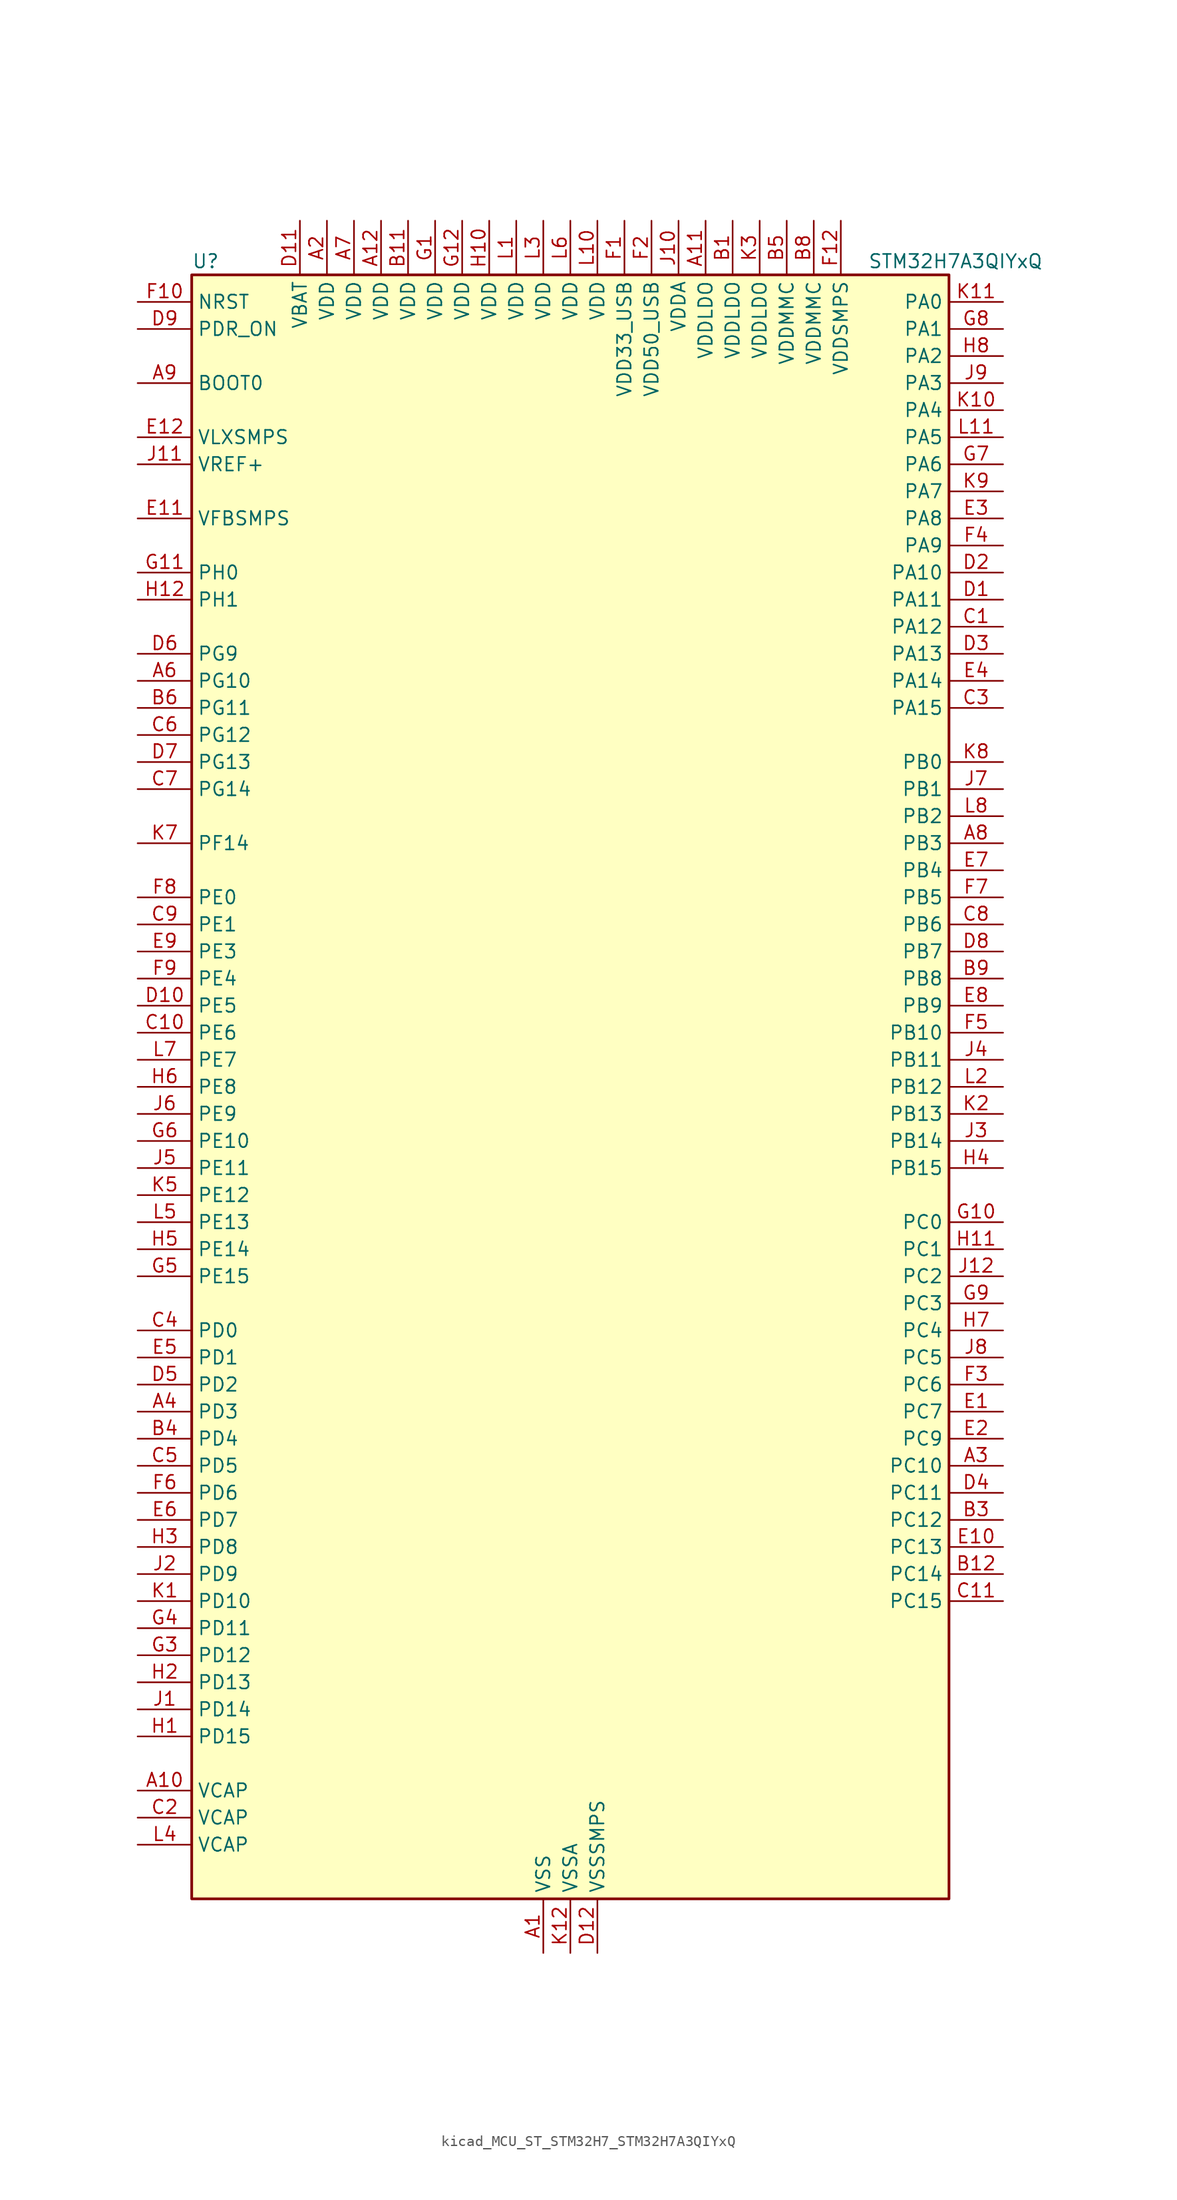
<source format=kicad_sym>
(kicad_symbol_lib
  (version 20220914)
  (generator kicad_symbol_editor)
  (symbol "kicad_MCU_ST_STM32H7_STM32H7A3QIYxQ"
    (property "Reference" "U"
      (at -35.56 77.47 0)
      (effects (font (size 1.27 1.27)) (justify left)))
    (property "Value" "STM32H7A3QIYxQ"
      (at 27.94 77.47 0)
      (effects (font (size 1.27 1.27)) (justify left)))
    (property "ki_locked" ""
      (at 0 0 0)
      (effects (font (size 1.27 1.27))))
    (symbol "kicad_MCU_ST_STM32H7_STM32H7A3QIYxQ_0_1"
      (rectangle (start -35.56 -76.2) (end 35.56 76.2) (stroke (width 0.254) (type default)) (fill (type background))))
    (symbol "kicad_MCU_ST_STM32H7_STM32H7A3QIYxQ_1_1"
      (pin power_in line (at -2.54 -81.28 90) (length 5.08) (name "VSS" (effects (font (size 1.27 1.27)))) (number "A1" (effects (font (size 1.27 1.27)))))
      (pin power_out line (at -40.64 -66.04 0) (length 5.08) (name "VCAP" (effects (font (size 1.27 1.27)))) (number "A10" (effects (font (size 1.27 1.27)))))
      (pin power_in line (at 12.7 81.28 270) (length 5.08) (name "VDDLDO" (effects (font (size 1.27 1.27)))) (number "A11" (effects (font (size 1.27 1.27)))))
      (pin power_in line (at -17.78 81.28 270) (length 5.08) (name "VDD" (effects (font (size 1.27 1.27)))) (number "A12" (effects (font (size 1.27 1.27)))))
      (pin power_in line (at -22.86 81.28 270) (length 5.08) (name "VDD" (effects (font (size 1.27 1.27)))) (number "A2" (effects (font (size 1.27 1.27)))))
      (pin bidirectional line (at 40.64 -35.56 180) (length 5.08) (name "PC10" (effects (font (size 1.27 1.27)))) (number "A3" (effects (font (size 1.27 1.27)))) (alternate "DCMI_D8" bidirectional line) (alternate "DFSDM1_CKIN5" bidirectional line) (alternate "DFSDM2_CKIN0" bidirectional line) (alternate "I2S3_CK" bidirectional line) (alternate "LTDC_B1" bidirectional line) (alternate "LTDC_R2" bidirectional line) (alternate "OCTOSPIM_P1_IO1" bidirectional line) (alternate "PSSI_D8" bidirectional line) (alternate "SDMMC1_D2" bidirectional line) (alternate "SPI3_SCK" bidirectional line) (alternate "SWPMI1_RX" bidirectional line) (alternate "UART4_TX" bidirectional line) (alternate "USART3_TX" bidirectional line))
      (pin bidirectional line (at -40.64 -30.48 0) (length 5.08) (name "PD3" (effects (font (size 1.27 1.27)))) (number "A4" (effects (font (size 1.27 1.27)))) (alternate "DCMI_D5" bidirectional line) (alternate "DFSDM1_CKOUT" bidirectional line) (alternate "FMC_CLK" bidirectional line) (alternate "I2S2_CK" bidirectional line) (alternate "LTDC_G7" bidirectional line) (alternate "PSSI_D5" bidirectional line) (alternate "SPI2_SCK" bidirectional line) (alternate "USART2_CTS" bidirectional line) (alternate "USART2_NSS" bidirectional line))
      (pin passive line (at -2.54 -81.28 90) (length 5.08) hide (name "VSS" (effects (font (size 1.27 1.27)))) (number "A5" (effects (font (size 1.27 1.27)))))
      (pin bidirectional line (at -40.64 38.1 0) (length 5.08) (name "PG10" (effects (font (size 1.27 1.27)))) (number "A6" (effects (font (size 1.27 1.27)))) (alternate "DCMI_D2" bidirectional line) (alternate "FMC_NE3" bidirectional line) (alternate "I2S1_WS" bidirectional line) (alternate "LTDC_B2" bidirectional line) (alternate "LTDC_G3" bidirectional line) (alternate "OCTOSPIM_P2_IO6" bidirectional line) (alternate "PSSI_D2" bidirectional line) (alternate "SAI2_SD_B" bidirectional line) (alternate "SDMMC2_D1" bidirectional line) (alternate "SPI1_NSS" bidirectional line))
      (pin power_in line (at -20.32 81.28 270) (length 5.08) (name "VDD" (effects (font (size 1.27 1.27)))) (number "A7" (effects (font (size 1.27 1.27)))))
      (pin bidirectional line (at 40.64 22.86 180) (length 5.08) (name "PB3" (effects (font (size 1.27 1.27)))) (number "A8" (effects (font (size 1.27 1.27)))) (alternate "CRS_SYNC" bidirectional line) (alternate "DEBUG_JTDO-SWO" bidirectional line) (alternate "I2S1_CK" bidirectional line) (alternate "I2S3_CK" bidirectional line) (alternate "I2S6_CK" bidirectional line) (alternate "SDMMC2_D2" bidirectional line) (alternate "SPI1_SCK" bidirectional line) (alternate "SPI3_SCK" bidirectional line) (alternate "SPI6_SCK" bidirectional line) (alternate "TIM2_CH2" bidirectional line) (alternate "UART7_RX" bidirectional line))
      (pin input line (at -40.64 66.04 0) (length 5.08) (name "BOOT0" (effects (font (size 1.27 1.27)))) (number "A9" (effects (font (size 1.27 1.27)))))
      (pin power_in line (at 15.24 81.28 270) (length 5.08) (name "VDDLDO" (effects (font (size 1.27 1.27)))) (number "B1" (effects (font (size 1.27 1.27)))))
      (pin passive line (at -2.54 -81.28 90) (length 5.08) hide (name "VSS" (effects (font (size 1.27 1.27)))) (number "B10" (effects (font (size 1.27 1.27)))))
      (pin power_in line (at -15.24 81.28 270) (length 5.08) (name "VDD" (effects (font (size 1.27 1.27)))) (number "B11" (effects (font (size 1.27 1.27)))))
      (pin bidirectional line (at 40.64 -45.72 180) (length 5.08) (name "PC14" (effects (font (size 1.27 1.27)))) (number "B12" (effects (font (size 1.27 1.27)))) (alternate "RCC_OSC32_IN" bidirectional line))
      (pin passive line (at -2.54 -81.28 90) (length 5.08) hide (name "VSS" (effects (font (size 1.27 1.27)))) (number "B2" (effects (font (size 1.27 1.27)))))
      (pin bidirectional line (at 40.64 -40.64 180) (length 5.08) (name "PC12" (effects (font (size 1.27 1.27)))) (number "B3" (effects (font (size 1.27 1.27)))) (alternate "DCMI_D9" bidirectional line) (alternate "DEBUG_TRACED3" bidirectional line) (alternate "DFSDM2_CKOUT" bidirectional line) (alternate "I2S3_SDO" bidirectional line) (alternate "I2S6_CK" bidirectional line) (alternate "LTDC_R6" bidirectional line) (alternate "PSSI_D9" bidirectional line) (alternate "SDMMC1_CK" bidirectional line) (alternate "SPI3_MOSI" bidirectional line) (alternate "SPI6_SCK" bidirectional line) (alternate "TIM15_CH1" bidirectional line) (alternate "UART5_TX" bidirectional line) (alternate "USART3_CK" bidirectional line))
      (pin bidirectional line (at -40.64 -33.02 0) (length 5.08) (name "PD4" (effects (font (size 1.27 1.27)))) (number "B4" (effects (font (size 1.27 1.27)))) (alternate "FMC_NOE" bidirectional line) (alternate "OCTOSPIM_P1_IO4" bidirectional line) (alternate "USART2_DE" bidirectional line) (alternate "USART2_RTS" bidirectional line))
      (pin power_in line (at 20.32 81.28 270) (length 5.08) (name "VDDMMC" (effects (font (size 1.27 1.27)))) (number "B5" (effects (font (size 1.27 1.27)))))
      (pin bidirectional line (at -40.64 35.56 0) (length 5.08) (name "PG11" (effects (font (size 1.27 1.27)))) (number "B6" (effects (font (size 1.27 1.27)))) (alternate "ADC1_EXTI11" bidirectional line) (alternate "ADC2_EXTI11" bidirectional line) (alternate "DCMI_D3" bidirectional line) (alternate "I2S1_CK" bidirectional line) (alternate "LPTIM1_IN2" bidirectional line) (alternate "LTDC_B3" bidirectional line) (alternate "OCTOSPIM_P2_IO7" bidirectional line) (alternate "PSSI_D3" bidirectional line) (alternate "SDMMC2_D2" bidirectional line) (alternate "SPDIFRX_IN0" bidirectional line) (alternate "SPI1_SCK" bidirectional line) (alternate "USART10_RX" bidirectional line))
      (pin passive line (at -2.54 -81.28 90) (length 5.08) hide (name "VSS" (effects (font (size 1.27 1.27)))) (number "B7" (effects (font (size 1.27 1.27)))))
      (pin power_in line (at 22.86 81.28 270) (length 5.08) (name "VDDMMC" (effects (font (size 1.27 1.27)))) (number "B8" (effects (font (size 1.27 1.27)))))
      (pin bidirectional line (at 40.64 10.16 180) (length 5.08) (name "PB8" (effects (font (size 1.27 1.27)))) (number "B9" (effects (font (size 1.27 1.27)))) (alternate "DCMI_D6" bidirectional line) (alternate "DFSDM1_CKIN7" bidirectional line) (alternate "FDCAN1_RX" bidirectional line) (alternate "I2C1_SCL" bidirectional line) (alternate "I2C4_SCL" bidirectional line) (alternate "LTDC_B6" bidirectional line) (alternate "PSSI_D6" bidirectional line) (alternate "SDMMC1_CKIN" bidirectional line) (alternate "SDMMC1_D4" bidirectional line) (alternate "SDMMC2_D4" bidirectional line) (alternate "TIM16_CH1" bidirectional line) (alternate "TIM4_CH3" bidirectional line) (alternate "UART4_RX" bidirectional line))
      (pin bidirectional line (at 40.64 43.18 180) (length 5.08) (name "PA12" (effects (font (size 1.27 1.27)))) (number "C1" (effects (font (size 1.27 1.27)))) (alternate "FDCAN1_TX" bidirectional line) (alternate "I2S2_CK" bidirectional line) (alternate "LPUART1_DE" bidirectional line) (alternate "LPUART1_RTS" bidirectional line) (alternate "LTDC_R5" bidirectional line) (alternate "SAI2_FS_B" bidirectional line) (alternate "SPI2_SCK" bidirectional line) (alternate "TIM1_ETR" bidirectional line) (alternate "UART4_TX" bidirectional line) (alternate "USART1_DE" bidirectional line) (alternate "USART1_RTS" bidirectional line) (alternate "USB_OTG_HS_DP" bidirectional line))
      (pin bidirectional line (at -40.64 5.08 0) (length 5.08) (name "PE6" (effects (font (size 1.27 1.27)))) (number "C10" (effects (font (size 1.27 1.27)))) (alternate "DCMI_D7" bidirectional line) (alternate "DEBUG_TRACED3" bidirectional line) (alternate "FMC_A22" bidirectional line) (alternate "LTDC_G1" bidirectional line) (alternate "PSSI_D7" bidirectional line) (alternate "SAI1_D1" bidirectional line) (alternate "SAI1_SD_A" bidirectional line) (alternate "SAI2_MCLK_B" bidirectional line) (alternate "SPI4_MOSI" bidirectional line) (alternate "TIM15_CH2" bidirectional line) (alternate "TIM1_BKIN2" bidirectional line) (alternate "TIM1_BKIN2_COMP1" bidirectional line) (alternate "TIM1_BKIN2_COMP2" bidirectional line))
      (pin bidirectional line (at 40.64 -48.26 180) (length 5.08) (name "PC15" (effects (font (size 1.27 1.27)))) (number "C11" (effects (font (size 1.27 1.27)))) (alternate "ADC1_EXTI15" bidirectional line) (alternate "ADC2_EXTI15" bidirectional line) (alternate "RCC_OSC32_OUT" bidirectional line))
      (pin passive line (at -2.54 -81.28 90) (length 5.08) hide (name "VSS" (effects (font (size 1.27 1.27)))) (number "C12" (effects (font (size 1.27 1.27)))))
      (pin power_out line (at -40.64 -68.58 0) (length 5.08) (name "VCAP" (effects (font (size 1.27 1.27)))) (number "C2" (effects (font (size 1.27 1.27)))))
      (pin bidirectional line (at 40.64 35.56 180) (length 5.08) (name "PA15" (effects (font (size 1.27 1.27)))) (number "C3" (effects (font (size 1.27 1.27)))) (alternate "ADC1_EXTI15" bidirectional line) (alternate "ADC2_EXTI15" bidirectional line) (alternate "CEC" bidirectional line) (alternate "DEBUG_JTDI" bidirectional line) (alternate "I2S1_WS" bidirectional line) (alternate "I2S3_WS" bidirectional line) (alternate "I2S6_WS" bidirectional line) (alternate "LTDC_B6" bidirectional line) (alternate "LTDC_R3" bidirectional line) (alternate "SPI1_NSS" bidirectional line) (alternate "SPI3_NSS" bidirectional line) (alternate "SPI6_NSS" bidirectional line) (alternate "TIM2_CH1" bidirectional line) (alternate "TIM2_ETR" bidirectional line) (alternate "UART4_DE" bidirectional line) (alternate "UART4_RTS" bidirectional line) (alternate "UART7_TX" bidirectional line))
      (pin bidirectional line (at -40.64 -22.86 0) (length 5.08) (name "PD0" (effects (font (size 1.27 1.27)))) (number "C4" (effects (font (size 1.27 1.27)))) (alternate "DFSDM1_CKIN6" bidirectional line) (alternate "FDCAN1_RX" bidirectional line) (alternate "FMC_D2" bidirectional line) (alternate "FMC_DA2" bidirectional line) (alternate "LTDC_B1" bidirectional line) (alternate "UART4_RX" bidirectional line) (alternate "UART9_CTS" bidirectional line))
      (pin bidirectional line (at -40.64 -35.56 0) (length 5.08) (name "PD5" (effects (font (size 1.27 1.27)))) (number "C5" (effects (font (size 1.27 1.27)))) (alternate "FMC_NWE" bidirectional line) (alternate "OCTOSPIM_P1_IO5" bidirectional line) (alternate "USART2_TX" bidirectional line))
      (pin bidirectional line (at -40.64 33.02 0) (length 5.08) (name "PG12" (effects (font (size 1.27 1.27)))) (number "C6" (effects (font (size 1.27 1.27)))) (alternate "FMC_NE4" bidirectional line) (alternate "I2S6_SDI" bidirectional line) (alternate "LPTIM1_IN1" bidirectional line) (alternate "LTDC_B1" bidirectional line) (alternate "LTDC_B4" bidirectional line) (alternate "OCTOSPIM_P2_NCS" bidirectional line) (alternate "SDMMC2_D3" bidirectional line) (alternate "SPDIFRX_IN1" bidirectional line) (alternate "SPI6_MISO" bidirectional line) (alternate "USART10_TX" bidirectional line) (alternate "USART6_DE" bidirectional line) (alternate "USART6_RTS" bidirectional line))
      (pin bidirectional line (at -40.64 27.94 0) (length 5.08) (name "PG14" (effects (font (size 1.27 1.27)))) (number "C7" (effects (font (size 1.27 1.27)))) (alternate "DEBUG_TRACED1" bidirectional line) (alternate "FMC_A25" bidirectional line) (alternate "I2S6_SDO" bidirectional line) (alternate "LPTIM1_ETR" bidirectional line) (alternate "LTDC_B0" bidirectional line) (alternate "OCTOSPIM_P1_IO7" bidirectional line) (alternate "SDMMC2_D7" bidirectional line) (alternate "SPI6_MOSI" bidirectional line) (alternate "USART10_DE" bidirectional line) (alternate "USART10_RTS" bidirectional line) (alternate "USART6_TX" bidirectional line))
      (pin bidirectional line (at 40.64 15.24 180) (length 5.08) (name "PB6" (effects (font (size 1.27 1.27)))) (number "C8" (effects (font (size 1.27 1.27)))) (alternate "CEC" bidirectional line) (alternate "DCMI_D5" bidirectional line) (alternate "DFSDM1_DATIN5" bidirectional line) (alternate "FDCAN2_TX" bidirectional line) (alternate "FMC_SDNE1" bidirectional line) (alternate "I2C1_SCL" bidirectional line) (alternate "I2C4_SCL" bidirectional line) (alternate "LPUART1_TX" bidirectional line) (alternate "OCTOSPIM_P1_NCS" bidirectional line) (alternate "PSSI_D5" bidirectional line) (alternate "TIM16_CH1N" bidirectional line) (alternate "TIM4_CH1" bidirectional line) (alternate "UART5_TX" bidirectional line) (alternate "USART1_TX" bidirectional line))
      (pin bidirectional line (at -40.64 15.24 0) (length 5.08) (name "PE1" (effects (font (size 1.27 1.27)))) (number "C9" (effects (font (size 1.27 1.27)))) (alternate "DCMI_D3" bidirectional line) (alternate "FMC_NBL1" bidirectional line) (alternate "LPTIM1_IN2" bidirectional line) (alternate "LTDC_R6" bidirectional line) (alternate "PSSI_D3" bidirectional line) (alternate "UART8_TX" bidirectional line))
      (pin bidirectional line (at 40.64 45.72 180) (length 5.08) (name "PA11" (effects (font (size 1.27 1.27)))) (number "D1" (effects (font (size 1.27 1.27)))) (alternate "ADC1_EXTI11" bidirectional line) (alternate "ADC2_EXTI11" bidirectional line) (alternate "FDCAN1_RX" bidirectional line) (alternate "I2S2_WS" bidirectional line) (alternate "LPUART1_CTS" bidirectional line) (alternate "LTDC_R4" bidirectional line) (alternate "SPI2_NSS" bidirectional line) (alternate "TIM1_CH4" bidirectional line) (alternate "UART4_RX" bidirectional line) (alternate "USART1_CTS" bidirectional line) (alternate "USART1_NSS" bidirectional line) (alternate "USB_OTG_HS_DM" bidirectional line))
      (pin bidirectional line (at -40.64 7.62 0) (length 5.08) (name "PE5" (effects (font (size 1.27 1.27)))) (number "D10" (effects (font (size 1.27 1.27)))) (alternate "DCMI_D6" bidirectional line) (alternate "DEBUG_TRACED2" bidirectional line) (alternate "DFSDM1_CKIN3" bidirectional line) (alternate "FMC_A21" bidirectional line) (alternate "LTDC_G0" bidirectional line) (alternate "PSSI_D6" bidirectional line) (alternate "SAI1_CK2" bidirectional line) (alternate "SAI1_SCK_A" bidirectional line) (alternate "SPI4_MISO" bidirectional line) (alternate "TIM15_CH1" bidirectional line))
      (pin power_in line (at -25.4 81.28 270) (length 5.08) (name "VBAT" (effects (font (size 1.27 1.27)))) (number "D11" (effects (font (size 1.27 1.27)))))
      (pin power_in line (at 2.54 -81.28 90) (length 5.08) (name "VSSSMPS" (effects (font (size 1.27 1.27)))) (number "D12" (effects (font (size 1.27 1.27)))))
      (pin bidirectional line (at 40.64 48.26 180) (length 5.08) (name "PA10" (effects (font (size 1.27 1.27)))) (number "D2" (effects (font (size 1.27 1.27)))) (alternate "DCMI_D1" bidirectional line) (alternate "LPUART1_RX" bidirectional line) (alternate "LTDC_B1" bidirectional line) (alternate "LTDC_B4" bidirectional line) (alternate "MDIOS_MDIO" bidirectional line) (alternate "PSSI_D1" bidirectional line) (alternate "TIM1_CH3" bidirectional line) (alternate "USART1_RX" bidirectional line) (alternate "USB_OTG_HS_ID" bidirectional line))
      (pin bidirectional line (at 40.64 40.64 180) (length 5.08) (name "PA13" (effects (font (size 1.27 1.27)))) (number "D3" (effects (font (size 1.27 1.27)))) (alternate "DEBUG_JTMS-SWDIO" bidirectional line))
      (pin bidirectional line (at 40.64 -38.1 180) (length 5.08) (name "PC11" (effects (font (size 1.27 1.27)))) (number "D4" (effects (font (size 1.27 1.27)))) (alternate "ADC1_EXTI11" bidirectional line) (alternate "ADC2_EXTI11" bidirectional line) (alternate "DCMI_D4" bidirectional line) (alternate "DFSDM1_DATIN5" bidirectional line) (alternate "DFSDM2_DATIN0" bidirectional line) (alternate "I2S3_SDI" bidirectional line) (alternate "LTDC_B4" bidirectional line) (alternate "OCTOSPIM_P1_NCS" bidirectional line) (alternate "PSSI_D4" bidirectional line) (alternate "SDMMC1_D3" bidirectional line) (alternate "SPI3_MISO" bidirectional line) (alternate "UART4_RX" bidirectional line) (alternate "USART3_RX" bidirectional line))
      (pin bidirectional line (at -40.64 -27.94 0) (length 5.08) (name "PD2" (effects (font (size 1.27 1.27)))) (number "D5" (effects (font (size 1.27 1.27)))) (alternate "DCMI_D11" bidirectional line) (alternate "DEBUG_TRACED2" bidirectional line) (alternate "LTDC_B2" bidirectional line) (alternate "LTDC_B7" bidirectional line) (alternate "PSSI_D11" bidirectional line) (alternate "SDMMC1_CMD" bidirectional line) (alternate "TIM15_BKIN" bidirectional line) (alternate "TIM3_ETR" bidirectional line) (alternate "UART5_RX" bidirectional line))
      (pin bidirectional line (at -40.64 40.64 0) (length 5.08) (name "PG9" (effects (font (size 1.27 1.27)))) (number "D6" (effects (font (size 1.27 1.27)))) (alternate "DAC1_EXTI9" bidirectional line) (alternate "DCMI_VSYNC" bidirectional line) (alternate "FMC_NCE" bidirectional line) (alternate "FMC_NE2" bidirectional line) (alternate "I2S1_SDI" bidirectional line) (alternate "OCTOSPIM_P1_IO6" bidirectional line) (alternate "PSSI_RDY" bidirectional line) (alternate "SAI2_FS_B" bidirectional line) (alternate "SDMMC2_D0" bidirectional line) (alternate "SPDIFRX_IN3" bidirectional line) (alternate "SPI1_MISO" bidirectional line) (alternate "USART6_RX" bidirectional line))
      (pin bidirectional line (at -40.64 30.48 0) (length 5.08) (name "PG13" (effects (font (size 1.27 1.27)))) (number "D7" (effects (font (size 1.27 1.27)))) (alternate "DEBUG_TRACED0" bidirectional line) (alternate "FMC_A24" bidirectional line) (alternate "I2S6_CK" bidirectional line) (alternate "LPTIM1_OUT" bidirectional line) (alternate "LTDC_R0" bidirectional line) (alternate "SDMMC2_D6" bidirectional line) (alternate "SPI6_SCK" bidirectional line) (alternate "USART10_CTS" bidirectional line) (alternate "USART10_NSS" bidirectional line) (alternate "USART6_CTS" bidirectional line) (alternate "USART6_NSS" bidirectional line))
      (pin bidirectional line (at 40.64 12.7 180) (length 5.08) (name "PB7" (effects (font (size 1.27 1.27)))) (number "D8" (effects (font (size 1.27 1.27)))) (alternate "DCMI_VSYNC" bidirectional line) (alternate "DFSDM1_CKIN5" bidirectional line) (alternate "FMC_NL" bidirectional line) (alternate "I2C1_SDA" bidirectional line) (alternate "I2C4_SDA" bidirectional line) (alternate "LPUART1_RX" bidirectional line) (alternate "PSSI_RDY" bidirectional line) (alternate "PWR_PVD_IN" bidirectional line) (alternate "TIM17_CH1N" bidirectional line) (alternate "TIM4_CH2" bidirectional line) (alternate "USART1_RX" bidirectional line))
      (pin input line (at -40.64 71.12 0) (length 5.08) (name "PDR_ON" (effects (font (size 1.27 1.27)))) (number "D9" (effects (font (size 1.27 1.27)))))
      (pin bidirectional line (at 40.64 -30.48 180) (length 5.08) (name "PC7" (effects (font (size 1.27 1.27)))) (number "E1" (effects (font (size 1.27 1.27)))) (alternate "DCMI_D1" bidirectional line) (alternate "DEBUG_TRGIO" bidirectional line) (alternate "DFSDM1_DATIN3" bidirectional line) (alternate "FMC_NE1" bidirectional line) (alternate "I2S3_MCK" bidirectional line) (alternate "LTDC_G6" bidirectional line) (alternate "PSSI_D1" bidirectional line) (alternate "SDMMC1_D123DIR" bidirectional line) (alternate "SDMMC1_D7" bidirectional line) (alternate "SDMMC2_D7" bidirectional line) (alternate "SWPMI1_TX" bidirectional line) (alternate "TIM3_CH2" bidirectional line) (alternate "TIM8_CH2" bidirectional line) (alternate "USART6_RX" bidirectional line))
      (pin bidirectional line (at 40.64 -43.18 180) (length 5.08) (name "PC13" (effects (font (size 1.27 1.27)))) (number "E10" (effects (font (size 1.27 1.27)))) (alternate "PWR_WKUP4" bidirectional line) (alternate "RTC_OUT_ALARM" bidirectional line) (alternate "RTC_OUT_CALIB" bidirectional line) (alternate "RTC_TAMP1" bidirectional line) (alternate "RTC_TS" bidirectional line))
      (pin input line (at -40.64 53.34 0) (length 5.08) (name "VFBSMPS" (effects (font (size 1.27 1.27)))) (number "E11" (effects (font (size 1.27 1.27)))))
      (pin power_in line (at -40.64 60.96 0) (length 5.08) (name "VLXSMPS" (effects (font (size 1.27 1.27)))) (number "E12" (effects (font (size 1.27 1.27)))))
      (pin bidirectional line (at 40.64 -33.02 180) (length 5.08) (name "PC9" (effects (font (size 1.27 1.27)))) (number "E2" (effects (font (size 1.27 1.27)))) (alternate "DAC1_EXTI9" bidirectional line) (alternate "DCMI_D3" bidirectional line) (alternate "I2C3_SDA" bidirectional line) (alternate "I2S_CKIN" bidirectional line) (alternate "LTDC_B2" bidirectional line) (alternate "LTDC_G3" bidirectional line) (alternate "OCTOSPIM_P1_IO0" bidirectional line) (alternate "PSSI_D3" bidirectional line) (alternate "RCC_MCO_2" bidirectional line) (alternate "SDMMC1_D1" bidirectional line) (alternate "SWPMI1_SUSPEND" bidirectional line) (alternate "TIM3_CH4" bidirectional line) (alternate "TIM8_CH4" bidirectional line) (alternate "UART5_CTS" bidirectional line))
      (pin bidirectional line (at 40.64 53.34 180) (length 5.08) (name "PA8" (effects (font (size 1.27 1.27)))) (number "E3" (effects (font (size 1.27 1.27)))) (alternate "I2C3_SCL" bidirectional line) (alternate "LTDC_B3" bidirectional line) (alternate "LTDC_R6" bidirectional line) (alternate "RCC_MCO_1" bidirectional line) (alternate "TIM1_CH1" bidirectional line) (alternate "TIM8_BKIN2" bidirectional line) (alternate "TIM8_BKIN2_COMP1" bidirectional line) (alternate "TIM8_BKIN2_COMP2" bidirectional line) (alternate "UART7_RX" bidirectional line) (alternate "USART1_CK" bidirectional line) (alternate "USB_OTG_HS_SOF" bidirectional line))
      (pin bidirectional line (at 40.64 38.1 180) (length 5.08) (name "PA14" (effects (font (size 1.27 1.27)))) (number "E4" (effects (font (size 1.27 1.27)))) (alternate "DEBUG_JTCK-SWCLK" bidirectional line))
      (pin bidirectional line (at -40.64 -25.4 0) (length 5.08) (name "PD1" (effects (font (size 1.27 1.27)))) (number "E5" (effects (font (size 1.27 1.27)))) (alternate "DFSDM1_DATIN6" bidirectional line) (alternate "FDCAN1_TX" bidirectional line) (alternate "FMC_D3" bidirectional line) (alternate "FMC_DA3" bidirectional line) (alternate "UART4_TX" bidirectional line))
      (pin bidirectional line (at -40.64 -40.64 0) (length 5.08) (name "PD7" (effects (font (size 1.27 1.27)))) (number "E6" (effects (font (size 1.27 1.27)))) (alternate "DFSDM1_CKIN1" bidirectional line) (alternate "DFSDM1_DATIN4" bidirectional line) (alternate "FMC_NE1" bidirectional line) (alternate "I2S1_SDO" bidirectional line) (alternate "OCTOSPIM_P1_IO7" bidirectional line) (alternate "SDMMC2_CMD" bidirectional line) (alternate "SPDIFRX_IN0" bidirectional line) (alternate "SPI1_MOSI" bidirectional line) (alternate "USART2_CK" bidirectional line))
      (pin bidirectional line (at 40.64 20.32 180) (length 5.08) (name "PB4" (effects (font (size 1.27 1.27)))) (number "E7" (effects (font (size 1.27 1.27)))) (alternate "DEBUG_JTRST" bidirectional line) (alternate "I2S1_SDI" bidirectional line) (alternate "I2S2_WS" bidirectional line) (alternate "I2S3_SDI" bidirectional line) (alternate "I2S6_SDI" bidirectional line) (alternate "SDMMC2_D3" bidirectional line) (alternate "SPI1_MISO" bidirectional line) (alternate "SPI2_NSS" bidirectional line) (alternate "SPI3_MISO" bidirectional line) (alternate "SPI6_MISO" bidirectional line) (alternate "TIM16_BKIN" bidirectional line) (alternate "TIM3_CH1" bidirectional line) (alternate "UART7_TX" bidirectional line))
      (pin bidirectional line (at 40.64 7.62 180) (length 5.08) (name "PB9" (effects (font (size 1.27 1.27)))) (number "E8" (effects (font (size 1.27 1.27)))) (alternate "DAC1_EXTI9" bidirectional line) (alternate "DCMI_D7" bidirectional line) (alternate "DFSDM1_DATIN7" bidirectional line) (alternate "FDCAN1_TX" bidirectional line) (alternate "I2C1_SDA" bidirectional line) (alternate "I2C4_SDA" bidirectional line) (alternate "I2C4_SMBA" bidirectional line) (alternate "I2S2_WS" bidirectional line) (alternate "LTDC_B7" bidirectional line) (alternate "PSSI_D7" bidirectional line) (alternate "SDMMC1_CDIR" bidirectional line) (alternate "SDMMC1_D5" bidirectional line) (alternate "SDMMC2_D5" bidirectional line) (alternate "SPI2_NSS" bidirectional line) (alternate "TIM17_CH1" bidirectional line) (alternate "TIM4_CH4" bidirectional line) (alternate "UART4_TX" bidirectional line))
      (pin bidirectional line (at -40.64 12.7 0) (length 5.08) (name "PE3" (effects (font (size 1.27 1.27)))) (number "E9" (effects (font (size 1.27 1.27)))) (alternate "DEBUG_TRACED0" bidirectional line) (alternate "FMC_A19" bidirectional line) (alternate "SAI1_SD_B" bidirectional line) (alternate "TIM15_BKIN" bidirectional line) (alternate "USART10_TX" bidirectional line))
      (pin power_in line (at 5.08 81.28 270) (length 5.08) (name "VDD33_USB" (effects (font (size 1.27 1.27)))) (number "F1" (effects (font (size 1.27 1.27)))))
      (pin input line (at -40.64 73.66 0) (length 5.08) (name "NRST" (effects (font (size 1.27 1.27)))) (number "F10" (effects (font (size 1.27 1.27)))))
      (pin passive line (at -2.54 -81.28 90) (length 5.08) hide (name "VSS" (effects (font (size 1.27 1.27)))) (number "F11" (effects (font (size 1.27 1.27)))))
      (pin power_in line (at 25.4 81.28 270) (length 5.08) (name "VDDSMPS" (effects (font (size 1.27 1.27)))) (number "F12" (effects (font (size 1.27 1.27)))))
      (pin power_in line (at 7.62 81.28 270) (length 5.08) (name "VDD50_USB" (effects (font (size 1.27 1.27)))) (number "F2" (effects (font (size 1.27 1.27)))))
      (pin bidirectional line (at 40.64 -27.94 180) (length 5.08) (name "PC6" (effects (font (size 1.27 1.27)))) (number "F3" (effects (font (size 1.27 1.27)))) (alternate "DCMI_D0" bidirectional line) (alternate "DFSDM1_CKIN3" bidirectional line) (alternate "FMC_NWAIT" bidirectional line) (alternate "I2S2_MCK" bidirectional line) (alternate "LTDC_HSYNC" bidirectional line) (alternate "PSSI_D0" bidirectional line) (alternate "SDMMC1_D0DIR" bidirectional line) (alternate "SDMMC1_D6" bidirectional line) (alternate "SDMMC2_D6" bidirectional line) (alternate "SWPMI1_IO" bidirectional line) (alternate "TIM3_CH1" bidirectional line) (alternate "TIM8_CH1" bidirectional line) (alternate "USART6_TX" bidirectional line))
      (pin bidirectional line (at 40.64 50.8 180) (length 5.08) (name "PA9" (effects (font (size 1.27 1.27)))) (number "F4" (effects (font (size 1.27 1.27)))) (alternate "DAC1_EXTI9" bidirectional line) (alternate "DCMI_D0" bidirectional line) (alternate "I2C3_SMBA" bidirectional line) (alternate "I2S2_CK" bidirectional line) (alternate "LPUART1_TX" bidirectional line) (alternate "LTDC_R5" bidirectional line) (alternate "PSSI_D0" bidirectional line) (alternate "SPI2_SCK" bidirectional line) (alternate "TIM1_CH2" bidirectional line) (alternate "USART1_TX" bidirectional line) (alternate "USB_OTG_HS_VBUS" bidirectional line))
      (pin bidirectional line (at 40.64 5.08 180) (length 5.08) (name "PB10" (effects (font (size 1.27 1.27)))) (number "F5" (effects (font (size 1.27 1.27)))) (alternate "DFSDM1_DATIN7" bidirectional line) (alternate "I2C2_SCL" bidirectional line) (alternate "I2S2_CK" bidirectional line) (alternate "LPTIM2_IN1" bidirectional line) (alternate "LTDC_G4" bidirectional line) (alternate "OCTOSPIM_P1_NCS" bidirectional line) (alternate "SPI2_SCK" bidirectional line) (alternate "TIM2_CH3" bidirectional line) (alternate "USART3_TX" bidirectional line) (alternate "USB_OTG_HS_ULPI_D3" bidirectional line))
      (pin bidirectional line (at -40.64 -38.1 0) (length 5.08) (name "PD6" (effects (font (size 1.27 1.27)))) (number "F6" (effects (font (size 1.27 1.27)))) (alternate "DCMI_D10" bidirectional line) (alternate "DFSDM1_CKIN4" bidirectional line) (alternate "DFSDM1_DATIN1" bidirectional line) (alternate "FMC_NWAIT" bidirectional line) (alternate "I2S3_SDO" bidirectional line) (alternate "LTDC_B2" bidirectional line) (alternate "OCTOSPIM_P1_IO6" bidirectional line) (alternate "PSSI_D10" bidirectional line) (alternate "SAI1_D1" bidirectional line) (alternate "SAI1_SD_A" bidirectional line) (alternate "SDMMC2_CK" bidirectional line) (alternate "SPI3_MOSI" bidirectional line) (alternate "USART2_RX" bidirectional line))
      (pin bidirectional line (at 40.64 17.78 180) (length 5.08) (name "PB5" (effects (font (size 1.27 1.27)))) (number "F7" (effects (font (size 1.27 1.27)))) (alternate "DCMI_D10" bidirectional line) (alternate "FDCAN2_RX" bidirectional line) (alternate "FMC_SDCKE1" bidirectional line) (alternate "I2C1_SMBA" bidirectional line) (alternate "I2C4_SMBA" bidirectional line) (alternate "I2S1_SDO" bidirectional line) (alternate "I2S3_SDO" bidirectional line) (alternate "I2S6_SDO" bidirectional line) (alternate "LTDC_B5" bidirectional line) (alternate "PSSI_D10" bidirectional line) (alternate "SPI1_MOSI" bidirectional line) (alternate "SPI3_MOSI" bidirectional line) (alternate "SPI6_MOSI" bidirectional line) (alternate "TIM17_BKIN" bidirectional line) (alternate "TIM3_CH2" bidirectional line) (alternate "UART5_RX" bidirectional line) (alternate "USB_OTG_HS_ULPI_D7" bidirectional line))
      (pin bidirectional line (at -40.64 17.78 0) (length 5.08) (name "PE0" (effects (font (size 1.27 1.27)))) (number "F8" (effects (font (size 1.27 1.27)))) (alternate "DCMI_D2" bidirectional line) (alternate "FMC_NBL0" bidirectional line) (alternate "LPTIM1_ETR" bidirectional line) (alternate "LPTIM2_ETR" bidirectional line) (alternate "LTDC_R0" bidirectional line) (alternate "PSSI_D2" bidirectional line) (alternate "SAI2_MCLK_A" bidirectional line) (alternate "TIM4_ETR" bidirectional line) (alternate "UART8_RX" bidirectional line))
      (pin bidirectional line (at -40.64 10.16 0) (length 5.08) (name "PE4" (effects (font (size 1.27 1.27)))) (number "F9" (effects (font (size 1.27 1.27)))) (alternate "DCMI_D4" bidirectional line) (alternate "DEBUG_TRACED1" bidirectional line) (alternate "DFSDM1_DATIN3" bidirectional line) (alternate "FMC_A20" bidirectional line) (alternate "LTDC_B0" bidirectional line) (alternate "PSSI_D4" bidirectional line) (alternate "SAI1_D2" bidirectional line) (alternate "SAI1_FS_A" bidirectional line) (alternate "SPI4_NSS" bidirectional line) (alternate "TIM15_CH1N" bidirectional line))
      (pin power_in line (at -12.7 81.28 270) (length 5.08) (name "VDD" (effects (font (size 1.27 1.27)))) (number "G1" (effects (font (size 1.27 1.27)))))
      (pin bidirectional line (at 40.64 -12.7 180) (length 5.08) (name "PC0" (effects (font (size 1.27 1.27)))) (number "G10" (effects (font (size 1.27 1.27)))) (alternate "ADC1_INP10" bidirectional line) (alternate "ADC2_INP10" bidirectional line) (alternate "DFSDM1_CKIN0" bidirectional line) (alternate "DFSDM1_DATIN4" bidirectional line) (alternate "FMC_A25" bidirectional line) (alternate "FMC_SDNWE" bidirectional line) (alternate "LTDC_G2" bidirectional line) (alternate "LTDC_R5" bidirectional line) (alternate "SAI2_FS_B" bidirectional line) (alternate "USB_OTG_HS_ULPI_STP" bidirectional line))
      (pin bidirectional line (at -40.64 48.26 0) (length 5.08) (name "PH0" (effects (font (size 1.27 1.27)))) (number "G11" (effects (font (size 1.27 1.27)))) (alternate "RCC_OSC_IN" bidirectional line))
      (pin power_in line (at -10.16 81.28 270) (length 5.08) (name "VDD" (effects (font (size 1.27 1.27)))) (number "G12" (effects (font (size 1.27 1.27)))))
      (pin passive line (at -2.54 -81.28 90) (length 5.08) hide (name "VSS" (effects (font (size 1.27 1.27)))) (number "G2" (effects (font (size 1.27 1.27)))))
      (pin bidirectional line (at -40.64 -53.34 0) (length 5.08) (name "PD12" (effects (font (size 1.27 1.27)))) (number "G3" (effects (font (size 1.27 1.27)))) (alternate "DCMI_D12" bidirectional line) (alternate "FMC_A17" bidirectional line) (alternate "FMC_ALE" bidirectional line) (alternate "I2C4_SCL" bidirectional line) (alternate "LPTIM1_IN1" bidirectional line) (alternate "LPTIM2_IN1" bidirectional line) (alternate "OCTOSPIM_P1_IO1" bidirectional line) (alternate "PSSI_D12" bidirectional line) (alternate "SAI2_FS_A" bidirectional line) (alternate "TIM4_CH1" bidirectional line) (alternate "USART3_DE" bidirectional line) (alternate "USART3_RTS" bidirectional line))
      (pin bidirectional line (at -40.64 -50.8 0) (length 5.08) (name "PD11" (effects (font (size 1.27 1.27)))) (number "G4" (effects (font (size 1.27 1.27)))) (alternate "ADC1_EXTI11" bidirectional line) (alternate "ADC2_EXTI11" bidirectional line) (alternate "FMC_A16" bidirectional line) (alternate "FMC_CLE" bidirectional line) (alternate "I2C4_SMBA" bidirectional line) (alternate "LPTIM2_IN2" bidirectional line) (alternate "OCTOSPIM_P1_IO0" bidirectional line) (alternate "SAI2_SD_A" bidirectional line) (alternate "USART3_CTS" bidirectional line) (alternate "USART3_NSS" bidirectional line))
      (pin bidirectional line (at -40.64 -17.78 0) (length 5.08) (name "PE15" (effects (font (size 1.27 1.27)))) (number "G5" (effects (font (size 1.27 1.27)))) (alternate "ADC1_EXTI15" bidirectional line) (alternate "ADC2_EXTI15" bidirectional line) (alternate "FMC_D12" bidirectional line) (alternate "FMC_DA12" bidirectional line) (alternate "LTDC_R7" bidirectional line) (alternate "TIM1_BKIN" bidirectional line) (alternate "TIM1_BKIN_COMP1" bidirectional line) (alternate "TIM1_BKIN_COMP2" bidirectional line) (alternate "USART10_CK" bidirectional line))
      (pin bidirectional line (at -40.64 -5.08 0) (length 5.08) (name "PE10" (effects (font (size 1.27 1.27)))) (number "G6" (effects (font (size 1.27 1.27)))) (alternate "COMP2_INM" bidirectional line) (alternate "DFSDM1_DATIN4" bidirectional line) (alternate "FMC_D7" bidirectional line) (alternate "FMC_DA7" bidirectional line) (alternate "OCTOSPIM_P1_IO7" bidirectional line) (alternate "TIM1_CH2N" bidirectional line) (alternate "UART7_CTS" bidirectional line))
      (pin bidirectional line (at 40.64 58.42 180) (length 5.08) (name "PA6" (effects (font (size 1.27 1.27)))) (number "G7" (effects (font (size 1.27 1.27)))) (alternate "ADC1_INP3" bidirectional line) (alternate "ADC2_INP3" bidirectional line) (alternate "DAC2_OUT1" bidirectional line) (alternate "DCMI_PIXCLK" bidirectional line) (alternate "I2S1_SDI" bidirectional line) (alternate "I2S6_SDI" bidirectional line) (alternate "LTDC_G2" bidirectional line) (alternate "MDIOS_MDC" bidirectional line) (alternate "OCTOSPIM_P1_IO3" bidirectional line) (alternate "PSSI_PDCK" bidirectional line) (alternate "SPI1_MISO" bidirectional line) (alternate "SPI6_MISO" bidirectional line) (alternate "TIM13_CH1" bidirectional line) (alternate "TIM1_BKIN" bidirectional line) (alternate "TIM1_BKIN_COMP1" bidirectional line) (alternate "TIM1_BKIN_COMP2" bidirectional line) (alternate "TIM3_CH1" bidirectional line) (alternate "TIM8_BKIN" bidirectional line) (alternate "TIM8_BKIN_COMP1" bidirectional line) (alternate "TIM8_BKIN_COMP2" bidirectional line))
      (pin bidirectional line (at 40.64 71.12 180) (length 5.08) (name "PA1" (effects (font (size 1.27 1.27)))) (number "G8" (effects (font (size 1.27 1.27)))) (alternate "ADC1_INN16" bidirectional line) (alternate "ADC1_INP17" bidirectional line) (alternate "LPTIM3_OUT" bidirectional line) (alternate "LTDC_R2" bidirectional line) (alternate "OCTOSPIM_P1_DQS" bidirectional line) (alternate "OCTOSPIM_P1_IO3" bidirectional line) (alternate "SAI2_MCLK_B" bidirectional line) (alternate "TIM15_CH1N" bidirectional line) (alternate "TIM2_CH2" bidirectional line) (alternate "TIM5_CH2" bidirectional line) (alternate "UART4_RX" bidirectional line) (alternate "USART2_DE" bidirectional line) (alternate "USART2_RTS" bidirectional line))
      (pin bidirectional line (at 40.64 -20.32 180) (length 5.08) (name "PC3" (effects (font (size 1.27 1.27)))) (number "G9" (effects (font (size 1.27 1.27)))) (alternate "ADC1_INN12" bidirectional line) (alternate "ADC1_INP13" bidirectional line) (alternate "ADC2_INN12" bidirectional line) (alternate "ADC2_INP13" bidirectional line) (alternate "DFSDM1_DATIN1" bidirectional line) (alternate "FMC_SDCKE0" bidirectional line) (alternate "I2S2_SDO" bidirectional line) (alternate "OCTOSPIM_P1_IO0" bidirectional line) (alternate "OCTOSPIM_P1_IO6" bidirectional line) (alternate "PWR_CSLEEP" bidirectional line) (alternate "SPI2_MOSI" bidirectional line) (alternate "USB_OTG_HS_ULPI_NXT" bidirectional line))
      (pin bidirectional line (at -40.64 -60.96 0) (length 5.08) (name "PD15" (effects (font (size 1.27 1.27)))) (number "H1" (effects (font (size 1.27 1.27)))) (alternate "ADC1_EXTI15" bidirectional line) (alternate "ADC2_EXTI15" bidirectional line) (alternate "FMC_D1" bidirectional line) (alternate "FMC_DA1" bidirectional line) (alternate "TIM4_CH4" bidirectional line) (alternate "UART8_DE" bidirectional line) (alternate "UART8_RTS" bidirectional line) (alternate "UART9_TX" bidirectional line))
      (pin power_in line (at -7.62 81.28 270) (length 5.08) (name "VDD" (effects (font (size 1.27 1.27)))) (number "H10" (effects (font (size 1.27 1.27)))))
      (pin bidirectional line (at 40.64 -15.24 180) (length 5.08) (name "PC1" (effects (font (size 1.27 1.27)))) (number "H11" (effects (font (size 1.27 1.27)))) (alternate "ADC1_INN10" bidirectional line) (alternate "ADC1_INP11" bidirectional line) (alternate "ADC2_INN10" bidirectional line) (alternate "ADC2_INP11" bidirectional line) (alternate "DEBUG_TRACED0" bidirectional line) (alternate "DFSDM1_CKIN4" bidirectional line) (alternate "DFSDM1_DATIN0" bidirectional line) (alternate "I2S2_SDO" bidirectional line) (alternate "LTDC_G5" bidirectional line) (alternate "MDIOS_MDC" bidirectional line) (alternate "OCTOSPIM_P1_IO4" bidirectional line) (alternate "PWR_WKUP6" bidirectional line) (alternate "RTC_TAMP3" bidirectional line) (alternate "SAI1_D1" bidirectional line) (alternate "SAI1_SD_A" bidirectional line) (alternate "SDMMC2_CK" bidirectional line) (alternate "SPI2_MOSI" bidirectional line))
      (pin bidirectional line (at -40.64 45.72 0) (length 5.08) (name "PH1" (effects (font (size 1.27 1.27)))) (number "H12" (effects (font (size 1.27 1.27)))) (alternate "RCC_OSC_OUT" bidirectional line))
      (pin bidirectional line (at -40.64 -55.88 0) (length 5.08) (name "PD13" (effects (font (size 1.27 1.27)))) (number "H2" (effects (font (size 1.27 1.27)))) (alternate "DCMI_D13" bidirectional line) (alternate "FMC_A18" bidirectional line) (alternate "I2C4_SDA" bidirectional line) (alternate "LPTIM1_OUT" bidirectional line) (alternate "OCTOSPIM_P1_IO3" bidirectional line) (alternate "PSSI_D13" bidirectional line) (alternate "SAI2_SCK_A" bidirectional line) (alternate "TIM4_CH2" bidirectional line) (alternate "UART9_DE" bidirectional line) (alternate "UART9_RTS" bidirectional line))
      (pin bidirectional line (at -40.64 -43.18 0) (length 5.08) (name "PD8" (effects (font (size 1.27 1.27)))) (number "H3" (effects (font (size 1.27 1.27)))) (alternate "DFSDM1_CKIN3" bidirectional line) (alternate "FMC_D13" bidirectional line) (alternate "FMC_DA13" bidirectional line) (alternate "SPDIFRX_IN1" bidirectional line) (alternate "USART3_TX" bidirectional line))
      (pin bidirectional line (at 40.64 -7.62 180) (length 5.08) (name "PB15" (effects (font (size 1.27 1.27)))) (number "H4" (effects (font (size 1.27 1.27)))) (alternate "ADC1_EXTI15" bidirectional line) (alternate "ADC2_EXTI15" bidirectional line) (alternate "DFSDM1_CKIN2" bidirectional line) (alternate "I2S2_SDO" bidirectional line) (alternate "LTDC_G7" bidirectional line) (alternate "RTC_REFIN" bidirectional line) (alternate "SDMMC2_D1" bidirectional line) (alternate "SPI2_MOSI" bidirectional line) (alternate "TIM12_CH2" bidirectional line) (alternate "TIM1_CH3N" bidirectional line) (alternate "TIM8_CH3N" bidirectional line) (alternate "UART4_CTS" bidirectional line) (alternate "USART1_RX" bidirectional line))
      (pin bidirectional line (at -40.64 -15.24 0) (length 5.08) (name "PE14" (effects (font (size 1.27 1.27)))) (number "H5" (effects (font (size 1.27 1.27)))) (alternate "FMC_D11" bidirectional line) (alternate "FMC_DA11" bidirectional line) (alternate "LTDC_CLK" bidirectional line) (alternate "SAI2_MCLK_B" bidirectional line) (alternate "SPI4_MOSI" bidirectional line) (alternate "TIM1_CH4" bidirectional line))
      (pin bidirectional line (at -40.64 0 0) (length 5.08) (name "PE8" (effects (font (size 1.27 1.27)))) (number "H6" (effects (font (size 1.27 1.27)))) (alternate "COMP2_OUT" bidirectional line) (alternate "DFSDM1_CKIN2" bidirectional line) (alternate "FMC_D5" bidirectional line) (alternate "FMC_DA5" bidirectional line) (alternate "OCTOSPIM_P1_IO5" bidirectional line) (alternate "OPAMP2_VINM" bidirectional line) (alternate "TIM1_CH1N" bidirectional line) (alternate "UART7_TX" bidirectional line))
      (pin bidirectional line (at 40.64 -22.86 180) (length 5.08) (name "PC4" (effects (font (size 1.27 1.27)))) (number "H7" (effects (font (size 1.27 1.27)))) (alternate "ADC1_INP4" bidirectional line) (alternate "ADC2_INP4" bidirectional line) (alternate "COMP1_INM" bidirectional line) (alternate "DFSDM1_CKIN2" bidirectional line) (alternate "FMC_SDNE0" bidirectional line) (alternate "I2S1_MCK" bidirectional line) (alternate "LTDC_R7" bidirectional line) (alternate "OPAMP1_VOUT" bidirectional line) (alternate "SPDIFRX_IN2" bidirectional line))
      (pin bidirectional line (at 40.64 68.58 180) (length 5.08) (name "PA2" (effects (font (size 1.27 1.27)))) (number "H8" (effects (font (size 1.27 1.27)))) (alternate "ADC1_INP14" bidirectional line) (alternate "DFSDM2_CKIN1" bidirectional line) (alternate "LTDC_R1" bidirectional line) (alternate "MDIOS_MDIO" bidirectional line) (alternate "PWR_WKUP2" bidirectional line) (alternate "SAI2_SCK_B" bidirectional line) (alternate "TIM15_CH1" bidirectional line) (alternate "TIM2_CH3" bidirectional line) (alternate "TIM5_CH3" bidirectional line) (alternate "USART2_TX" bidirectional line))
      (pin passive line (at -2.54 -81.28 90) (length 5.08) hide (name "VSS" (effects (font (size 1.27 1.27)))) (number "H9" (effects (font (size 1.27 1.27)))))
      (pin bidirectional line (at -40.64 -58.42 0) (length 5.08) (name "PD14" (effects (font (size 1.27 1.27)))) (number "J1" (effects (font (size 1.27 1.27)))) (alternate "FMC_D0" bidirectional line) (alternate "FMC_DA0" bidirectional line) (alternate "TIM4_CH3" bidirectional line) (alternate "UART8_CTS" bidirectional line) (alternate "UART9_RX" bidirectional line))
      (pin power_in line (at 10.16 81.28 270) (length 5.08) (name "VDDA" (effects (font (size 1.27 1.27)))) (number "J10" (effects (font (size 1.27 1.27)))))
      (pin input line (at -40.64 58.42 0) (length 5.08) (name "VREF+" (effects (font (size 1.27 1.27)))) (number "J11" (effects (font (size 1.27 1.27)))) (alternate "VREFBUF_OUT" bidirectional line))
      (pin bidirectional line (at 40.64 -17.78 180) (length 5.08) (name "PC2" (effects (font (size 1.27 1.27)))) (number "J12" (effects (font (size 1.27 1.27)))) (alternate "ADC1_INN11" bidirectional line) (alternate "ADC1_INP12" bidirectional line) (alternate "ADC2_INN11" bidirectional line) (alternate "ADC2_INP12" bidirectional line) (alternate "DFSDM1_CKIN1" bidirectional line) (alternate "DFSDM1_CKOUT" bidirectional line) (alternate "FMC_SDNE0" bidirectional line) (alternate "I2S2_SDI" bidirectional line) (alternate "OCTOSPIM_P1_IO2" bidirectional line) (alternate "OCTOSPIM_P1_IO5" bidirectional line) (alternate "PWR_CSTOP" bidirectional line) (alternate "SPI2_MISO" bidirectional line) (alternate "USB_OTG_HS_ULPI_DIR" bidirectional line))
      (pin bidirectional line (at -40.64 -45.72 0) (length 5.08) (name "PD9" (effects (font (size 1.27 1.27)))) (number "J2" (effects (font (size 1.27 1.27)))) (alternate "DAC1_EXTI9" bidirectional line) (alternate "DFSDM1_DATIN3" bidirectional line) (alternate "FMC_D14" bidirectional line) (alternate "FMC_DA14" bidirectional line) (alternate "USART3_RX" bidirectional line))
      (pin bidirectional line (at 40.64 -5.08 180) (length 5.08) (name "PB14" (effects (font (size 1.27 1.27)))) (number "J3" (effects (font (size 1.27 1.27)))) (alternate "DFSDM1_DATIN2" bidirectional line) (alternate "I2S2_SDI" bidirectional line) (alternate "LTDC_CLK" bidirectional line) (alternate "SDMMC2_D0" bidirectional line) (alternate "SPI2_MISO" bidirectional line) (alternate "TIM12_CH1" bidirectional line) (alternate "TIM1_CH2N" bidirectional line) (alternate "TIM8_CH2N" bidirectional line) (alternate "UART4_DE" bidirectional line) (alternate "UART4_RTS" bidirectional line) (alternate "USART1_TX" bidirectional line) (alternate "USART3_DE" bidirectional line) (alternate "USART3_RTS" bidirectional line))
      (pin bidirectional line (at 40.64 2.54 180) (length 5.08) (name "PB11" (effects (font (size 1.27 1.27)))) (number "J4" (effects (font (size 1.27 1.27)))) (alternate "ADC1_EXTI11" bidirectional line) (alternate "ADC2_EXTI11" bidirectional line) (alternate "DFSDM1_CKIN7" bidirectional line) (alternate "I2C2_SDA" bidirectional line) (alternate "LPTIM2_ETR" bidirectional line) (alternate "LTDC_G5" bidirectional line) (alternate "TIM2_CH4" bidirectional line) (alternate "USART3_RX" bidirectional line) (alternate "USB_OTG_HS_ULPI_D4" bidirectional line))
      (pin bidirectional line (at -40.64 -7.62 0) (length 5.08) (name "PE11" (effects (font (size 1.27 1.27)))) (number "J5" (effects (font (size 1.27 1.27)))) (alternate "ADC1_EXTI11" bidirectional line) (alternate "ADC2_EXTI11" bidirectional line) (alternate "COMP2_INP" bidirectional line) (alternate "DFSDM1_CKIN4" bidirectional line) (alternate "FMC_D8" bidirectional line) (alternate "FMC_DA8" bidirectional line) (alternate "LTDC_G3" bidirectional line) (alternate "OCTOSPIM_P1_NCS" bidirectional line) (alternate "SAI2_SD_B" bidirectional line) (alternate "SPI4_NSS" bidirectional line) (alternate "TIM1_CH2" bidirectional line))
      (pin bidirectional line (at -40.64 -2.54 0) (length 5.08) (name "PE9" (effects (font (size 1.27 1.27)))) (number "J6" (effects (font (size 1.27 1.27)))) (alternate "COMP2_INP" bidirectional line) (alternate "DAC1_EXTI9" bidirectional line) (alternate "DFSDM1_CKOUT" bidirectional line) (alternate "FMC_D6" bidirectional line) (alternate "FMC_DA6" bidirectional line) (alternate "OCTOSPIM_P1_IO6" bidirectional line) (alternate "OPAMP2_VINP" bidirectional line) (alternate "TIM1_CH1" bidirectional line) (alternate "UART7_DE" bidirectional line) (alternate "UART7_RTS" bidirectional line))
      (pin bidirectional line (at 40.64 27.94 180) (length 5.08) (name "PB1" (effects (font (size 1.27 1.27)))) (number "J7" (effects (font (size 1.27 1.27)))) (alternate "ADC1_INP5" bidirectional line) (alternate "ADC2_INP5" bidirectional line) (alternate "COMP1_INM" bidirectional line) (alternate "DFSDM1_DATIN1" bidirectional line) (alternate "LTDC_G0" bidirectional line) (alternate "LTDC_R6" bidirectional line) (alternate "OCTOSPIM_P1_IO0" bidirectional line) (alternate "TIM1_CH3N" bidirectional line) (alternate "TIM3_CH4" bidirectional line) (alternate "TIM8_CH3N" bidirectional line) (alternate "USB_OTG_HS_ULPI_D2" bidirectional line))
      (pin bidirectional line (at 40.64 -25.4 180) (length 5.08) (name "PC5" (effects (font (size 1.27 1.27)))) (number "J8" (effects (font (size 1.27 1.27)))) (alternate "ADC1_INN4" bidirectional line) (alternate "ADC1_INP8" bidirectional line) (alternate "ADC2_INN4" bidirectional line) (alternate "ADC2_INP8" bidirectional line) (alternate "COMP1_OUT" bidirectional line) (alternate "DFSDM1_DATIN2" bidirectional line) (alternate "FMC_SDCKE0" bidirectional line) (alternate "LTDC_DE" bidirectional line) (alternate "OCTOSPIM_P1_DQS" bidirectional line) (alternate "OPAMP1_VINM" bidirectional line) (alternate "PSSI_D15" bidirectional line) (alternate "SAI1_D3" bidirectional line) (alternate "SPDIFRX_IN3" bidirectional line))
      (pin bidirectional line (at 40.64 66.04 180) (length 5.08) (name "PA3" (effects (font (size 1.27 1.27)))) (number "J9" (effects (font (size 1.27 1.27)))) (alternate "ADC1_INP15" bidirectional line) (alternate "I2S6_MCK" bidirectional line) (alternate "LTDC_B2" bidirectional line) (alternate "LTDC_B5" bidirectional line) (alternate "OCTOSPIM_P1_CLK" bidirectional line) (alternate "TIM15_CH2" bidirectional line) (alternate "TIM2_CH4" bidirectional line) (alternate "TIM5_CH4" bidirectional line) (alternate "USART2_RX" bidirectional line) (alternate "USB_OTG_HS_ULPI_D0" bidirectional line))
      (pin bidirectional line (at -40.64 -48.26 0) (length 5.08) (name "PD10" (effects (font (size 1.27 1.27)))) (number "K1" (effects (font (size 1.27 1.27)))) (alternate "DFSDM1_CKOUT" bidirectional line) (alternate "DFSDM2_CKOUT" bidirectional line) (alternate "FMC_D15" bidirectional line) (alternate "FMC_DA15" bidirectional line) (alternate "LTDC_B3" bidirectional line) (alternate "USART3_CK" bidirectional line))
      (pin bidirectional line (at 40.64 63.5 180) (length 5.08) (name "PA4" (effects (font (size 1.27 1.27)))) (number "K10" (effects (font (size 1.27 1.27)))) (alternate "ADC1_INP18" bidirectional line) (alternate "DAC1_OUT1" bidirectional line) (alternate "DCMI_HSYNC" bidirectional line) (alternate "I2S1_WS" bidirectional line) (alternate "I2S3_WS" bidirectional line) (alternate "I2S6_WS" bidirectional line) (alternate "LTDC_VSYNC" bidirectional line) (alternate "PSSI_DE" bidirectional line) (alternate "SPI1_NSS" bidirectional line) (alternate "SPI3_NSS" bidirectional line) (alternate "SPI6_NSS" bidirectional line) (alternate "TIM5_ETR" bidirectional line) (alternate "USART2_CK" bidirectional line))
      (pin bidirectional line (at 40.64 73.66 180) (length 5.08) (name "PA0" (effects (font (size 1.27 1.27)))) (number "K11" (effects (font (size 1.27 1.27)))) (alternate "ADC1_INP16" bidirectional line) (alternate "I2S6_WS" bidirectional line) (alternate "PWR_WKUP1" bidirectional line) (alternate "SAI2_SD_B" bidirectional line) (alternate "SDMMC2_CMD" bidirectional line) (alternate "SPI6_NSS" bidirectional line) (alternate "TIM15_BKIN" bidirectional line) (alternate "TIM2_CH1" bidirectional line) (alternate "TIM2_ETR" bidirectional line) (alternate "TIM5_CH1" bidirectional line) (alternate "TIM8_ETR" bidirectional line) (alternate "UART4_TX" bidirectional line) (alternate "USART2_CTS" bidirectional line) (alternate "USART2_NSS" bidirectional line))
      (pin power_in line (at 0 -81.28 90) (length 5.08) (name "VSSA" (effects (font (size 1.27 1.27)))) (number "K12" (effects (font (size 1.27 1.27)))))
      (pin bidirectional line (at 40.64 -2.54 180) (length 5.08) (name "PB13" (effects (font (size 1.27 1.27)))) (number "K2" (effects (font (size 1.27 1.27)))) (alternate "DCMI_D2" bidirectional line) (alternate "DFSDM1_CKIN1" bidirectional line) (alternate "DFSDM2_CKIN1" bidirectional line) (alternate "FDCAN2_TX" bidirectional line) (alternate "I2S2_CK" bidirectional line) (alternate "LPTIM2_OUT" bidirectional line) (alternate "PSSI_D2" bidirectional line) (alternate "SDMMC1_D0" bidirectional line) (alternate "SPI2_SCK" bidirectional line) (alternate "TIM1_CH1N" bidirectional line) (alternate "UART5_TX" bidirectional line) (alternate "USART3_CTS" bidirectional line) (alternate "USART3_NSS" bidirectional line) (alternate "USB_OTG_HS_ULPI_D6" bidirectional line))
      (pin power_in line (at 17.78 81.28 270) (length 5.08) (name "VDDLDO" (effects (font (size 1.27 1.27)))) (number "K3" (effects (font (size 1.27 1.27)))))
      (pin passive line (at -2.54 -81.28 90) (length 5.08) hide (name "VSS" (effects (font (size 1.27 1.27)))) (number "K4" (effects (font (size 1.27 1.27)))))
      (pin bidirectional line (at -40.64 -10.16 0) (length 5.08) (name "PE12" (effects (font (size 1.27 1.27)))) (number "K5" (effects (font (size 1.27 1.27)))) (alternate "COMP1_OUT" bidirectional line) (alternate "DFSDM1_DATIN5" bidirectional line) (alternate "FMC_D9" bidirectional line) (alternate "FMC_DA9" bidirectional line) (alternate "LTDC_B4" bidirectional line) (alternate "SAI2_SCK_B" bidirectional line) (alternate "SPI4_SCK" bidirectional line) (alternate "TIM1_CH3N" bidirectional line))
      (pin passive line (at -2.54 -81.28 90) (length 5.08) hide (name "VSS" (effects (font (size 1.27 1.27)))) (number "K6" (effects (font (size 1.27 1.27)))))
      (pin bidirectional line (at -40.64 22.86 0) (length 5.08) (name "PF14" (effects (font (size 1.27 1.27)))) (number "K7" (effects (font (size 1.27 1.27)))) (alternate "ADC2_INN2" bidirectional line) (alternate "ADC2_INP6" bidirectional line) (alternate "DFSDM1_CKIN6" bidirectional line) (alternate "FMC_A8" bidirectional line) (alternate "I2C4_SCL" bidirectional line))
      (pin bidirectional line (at 40.64 30.48 180) (length 5.08) (name "PB0" (effects (font (size 1.27 1.27)))) (number "K8" (effects (font (size 1.27 1.27)))) (alternate "ADC1_INN5" bidirectional line) (alternate "ADC1_INP9" bidirectional line) (alternate "ADC2_INN5" bidirectional line) (alternate "ADC2_INP9" bidirectional line) (alternate "COMP1_INP" bidirectional line) (alternate "DFSDM1_CKOUT" bidirectional line) (alternate "DFSDM2_CKOUT" bidirectional line) (alternate "LTDC_G1" bidirectional line) (alternate "LTDC_R3" bidirectional line) (alternate "OCTOSPIM_P1_IO1" bidirectional line) (alternate "OPAMP1_VINP" bidirectional line) (alternate "TIM1_CH2N" bidirectional line) (alternate "TIM3_CH3" bidirectional line) (alternate "TIM8_CH2N" bidirectional line) (alternate "UART4_CTS" bidirectional line) (alternate "USB_OTG_HS_ULPI_D1" bidirectional line))
      (pin bidirectional line (at 40.64 55.88 180) (length 5.08) (name "PA7" (effects (font (size 1.27 1.27)))) (number "K9" (effects (font (size 1.27 1.27)))) (alternate "ADC1_INN3" bidirectional line) (alternate "ADC1_INP7" bidirectional line) (alternate "ADC2_INN3" bidirectional line) (alternate "ADC2_INP7" bidirectional line) (alternate "DFSDM2_DATIN1" bidirectional line) (alternate "FMC_SDNWE" bidirectional line) (alternate "I2S1_SDO" bidirectional line) (alternate "I2S6_SDO" bidirectional line) (alternate "LTDC_VSYNC" bidirectional line) (alternate "OCTOSPIM_P1_IO2" bidirectional line) (alternate "OPAMP1_VINM" bidirectional line) (alternate "SPI1_MOSI" bidirectional line) (alternate "SPI6_MOSI" bidirectional line) (alternate "TIM14_CH1" bidirectional line) (alternate "TIM1_CH1N" bidirectional line) (alternate "TIM3_CH2" bidirectional line) (alternate "TIM8_CH1N" bidirectional line))
      (pin power_in line (at -5.08 81.28 270) (length 5.08) (name "VDD" (effects (font (size 1.27 1.27)))) (number "L1" (effects (font (size 1.27 1.27)))))
      (pin power_in line (at 2.54 81.28 270) (length 5.08) (name "VDD" (effects (font (size 1.27 1.27)))) (number "L10" (effects (font (size 1.27 1.27)))))
      (pin bidirectional line (at 40.64 60.96 180) (length 5.08) (name "PA5" (effects (font (size 1.27 1.27)))) (number "L11" (effects (font (size 1.27 1.27)))) (alternate "ADC1_INN18" bidirectional line) (alternate "ADC1_INP19" bidirectional line) (alternate "DAC1_OUT2" bidirectional line) (alternate "I2S1_CK" bidirectional line) (alternate "I2S6_CK" bidirectional line) (alternate "LTDC_R4" bidirectional line) (alternate "PSSI_D14" bidirectional line) (alternate "PWR_NDSTOP2" bidirectional line) (alternate "SPI1_SCK" bidirectional line) (alternate "SPI6_SCK" bidirectional line) (alternate "TIM2_CH1" bidirectional line) (alternate "TIM2_ETR" bidirectional line) (alternate "TIM8_CH1N" bidirectional line) (alternate "USB_OTG_HS_ULPI_CK" bidirectional line))
      (pin passive line (at -2.54 -81.28 90) (length 5.08) hide (name "VSS" (effects (font (size 1.27 1.27)))) (number "L12" (effects (font (size 1.27 1.27)))))
      (pin bidirectional line (at 40.64 0 180) (length 5.08) (name "PB12" (effects (font (size 1.27 1.27)))) (number "L2" (effects (font (size 1.27 1.27)))) (alternate "DFSDM1_DATIN1" bidirectional line) (alternate "DFSDM2_DATIN1" bidirectional line) (alternate "FDCAN2_RX" bidirectional line) (alternate "I2C2_SMBA" bidirectional line) (alternate "I2S2_WS" bidirectional line) (alternate "OCTOSPIM_P1_NCLK" bidirectional line) (alternate "SPI2_NSS" bidirectional line) (alternate "TIM1_BKIN" bidirectional line) (alternate "TIM1_BKIN_COMP1" bidirectional line) (alternate "TIM1_BKIN_COMP2" bidirectional line) (alternate "UART5_RX" bidirectional line) (alternate "USART3_CK" bidirectional line) (alternate "USB_OTG_HS_ULPI_D5" bidirectional line))
      (pin power_in line (at -2.54 81.28 270) (length 5.08) (name "VDD" (effects (font (size 1.27 1.27)))) (number "L3" (effects (font (size 1.27 1.27)))))
      (pin power_out line (at -40.64 -71.12 0) (length 5.08) (name "VCAP" (effects (font (size 1.27 1.27)))) (number "L4" (effects (font (size 1.27 1.27)))))
      (pin bidirectional line (at -40.64 -12.7 0) (length 5.08) (name "PE13" (effects (font (size 1.27 1.27)))) (number "L5" (effects (font (size 1.27 1.27)))) (alternate "COMP2_OUT" bidirectional line) (alternate "DFSDM1_CKIN5" bidirectional line) (alternate "FMC_D10" bidirectional line) (alternate "FMC_DA10" bidirectional line) (alternate "LTDC_DE" bidirectional line) (alternate "SAI2_FS_B" bidirectional line) (alternate "SPI4_MISO" bidirectional line) (alternate "TIM1_CH3" bidirectional line))
      (pin power_in line (at 0 81.28 270) (length 5.08) (name "VDD" (effects (font (size 1.27 1.27)))) (number "L6" (effects (font (size 1.27 1.27)))))
      (pin bidirectional line (at -40.64 2.54 0) (length 5.08) (name "PE7" (effects (font (size 1.27 1.27)))) (number "L7" (effects (font (size 1.27 1.27)))) (alternate "COMP2_INM" bidirectional line) (alternate "DFSDM1_DATIN2" bidirectional line) (alternate "FMC_D4" bidirectional line) (alternate "FMC_DA4" bidirectional line) (alternate "OCTOSPIM_P1_IO4" bidirectional line) (alternate "OPAMP2_VOUT" bidirectional line) (alternate "TIM1_ETR" bidirectional line) (alternate "UART7_RX" bidirectional line))
      (pin bidirectional line (at 40.64 25.4 180) (length 5.08) (name "PB2" (effects (font (size 1.27 1.27)))) (number "L8" (effects (font (size 1.27 1.27)))) (alternate "COMP1_INP" bidirectional line) (alternate "DFSDM1_CKIN1" bidirectional line) (alternate "I2S3_SDO" bidirectional line) (alternate "OCTOSPIM_P1_CLK" bidirectional line) (alternate "OCTOSPIM_P1_DQS" bidirectional line) (alternate "RTC_OUT_ALARM" bidirectional line) (alternate "RTC_OUT_CALIB" bidirectional line) (alternate "SAI1_D1" bidirectional line) (alternate "SAI1_SD_A" bidirectional line) (alternate "SPI3_MOSI" bidirectional line))
      (pin passive line (at -2.54 -81.28 90) (length 5.08) hide (name "VSS" (effects (font (size 1.27 1.27)))) (number "L9" (effects (font (size 1.27 1.27))))))))
</source>
